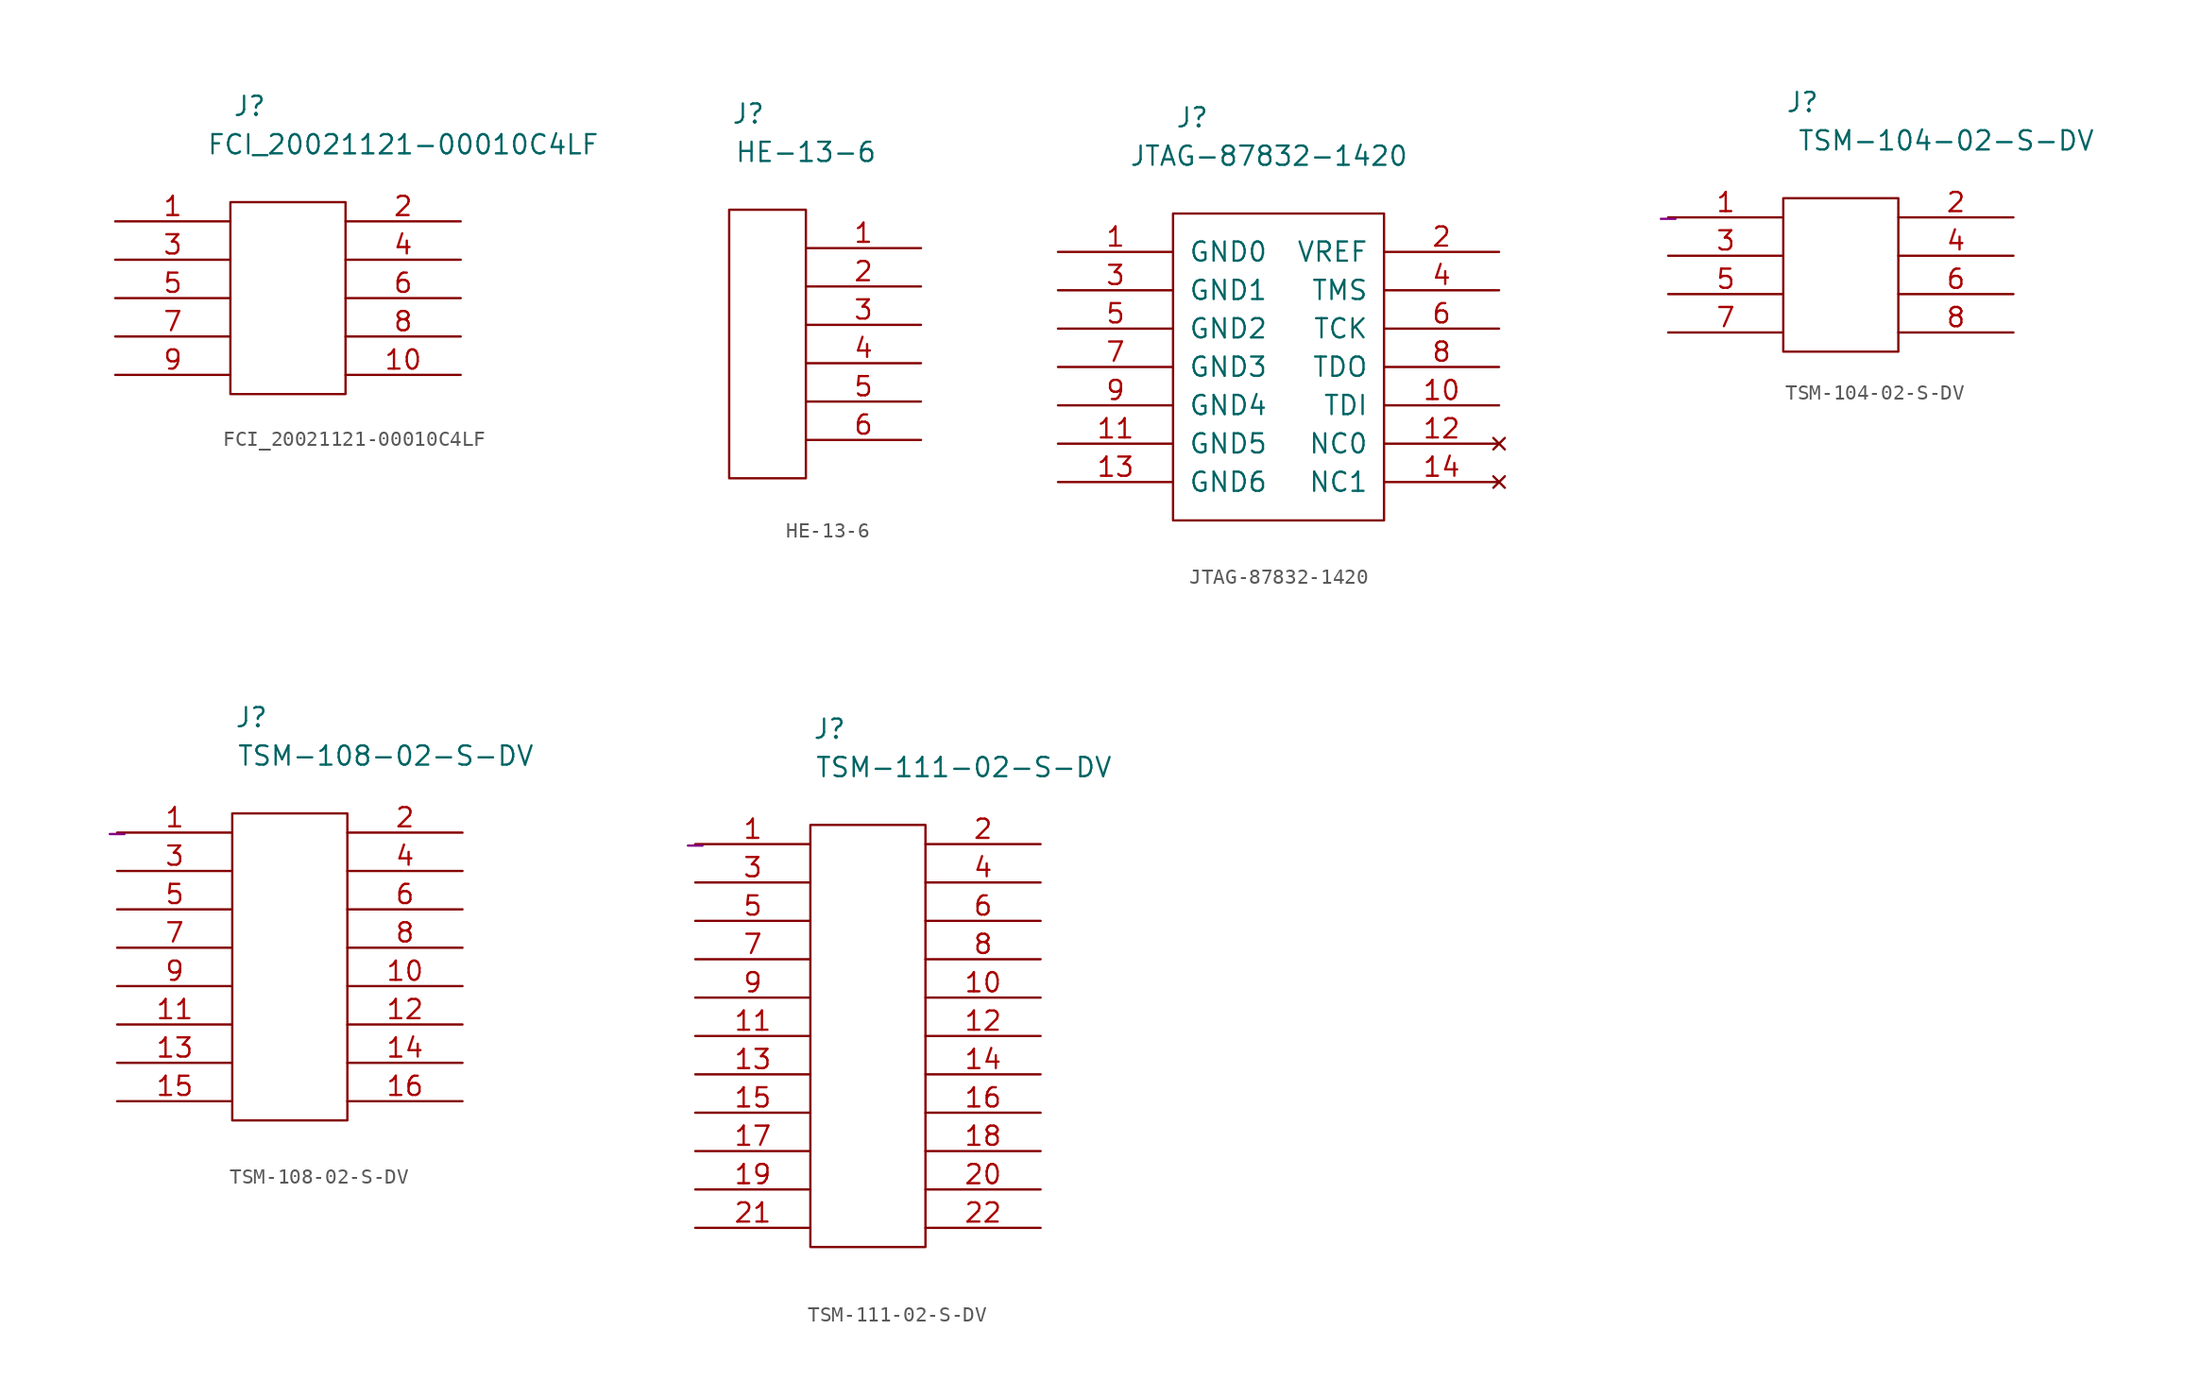
<source format=kicad_sym>
(kicad_symbol_lib
  (version 20220914)
  (generator kicad_symbol_editor)
  (symbol "FCI_20021121-00010C4LF"
    (pin_names
      (offset 1.016) hide)
    (property "Reference" "J"
      (at 8.89 7.62 0)
      (effects (font (size 1.27 1.27))))
    (property "Value" "FCI_20021121-00010C4LF"
      (at 19.05 5.08 0)
      (effects (font (size 1.27 1.27))))
    (property "Datasheet" ""
      (at 0 0 0)
      (effects (font (size 1.27 1.27))))
    (property "Height" ""
      (at 0 0 0)
      (effects (font (size 1.27 1.27))))
    (symbol "FCI_20021121-00010C4LF_0_1"
      (rectangle (start 7.62 1.27) (end 15.24 -11.43) (stroke (width 0) (type default)) (fill (type none))))
    (symbol "FCI_20021121-00010C4LF_1_1"
      (pin passive line (at 0 0 0) (length 7.62) (name "1" (effects (font (size 1.27 1.27)))) (number "1" (effects (font (size 1.27 1.27)))))
      (pin passive line (at 22.86 -10.16 180) (length 7.62) (name "10" (effects (font (size 1.27 1.27)))) (number "10" (effects (font (size 1.27 1.27)))))
      (pin passive line (at 22.86 0 180) (length 7.62) (name "2" (effects (font (size 1.27 1.27)))) (number "2" (effects (font (size 1.27 1.27)))))
      (pin passive line (at 0 -2.54 0) (length 7.62) (name "3" (effects (font (size 1.27 1.27)))) (number "3" (effects (font (size 1.27 1.27)))))
      (pin passive line (at 22.86 -2.54 180) (length 7.62) (name "4" (effects (font (size 1.27 1.27)))) (number "4" (effects (font (size 1.27 1.27)))))
      (pin passive line (at 0 -5.08 0) (length 7.62) (name "5" (effects (font (size 1.27 1.27)))) (number "5" (effects (font (size 1.27 1.27)))))
      (pin passive line (at 22.86 -5.08 180) (length 7.62) (name "6" (effects (font (size 1.27 1.27)))) (number "6" (effects (font (size 1.27 1.27)))))
      (pin passive line (at 0 -7.62 0) (length 7.62) (name "7" (effects (font (size 1.27 1.27)))) (number "7" (effects (font (size 1.27 1.27)))))
      (pin passive line (at 22.86 -7.62 180) (length 7.62) (name "8" (effects (font (size 1.27 1.27)))) (number "8" (effects (font (size 1.27 1.27)))))
      (pin passive line (at 0 -10.16 0) (length 7.62) (name "9" (effects (font (size 1.27 1.27)))) (number "9" (effects (font (size 1.27 1.27)))))))
  (symbol "HE-13-6"
    (pin_names
      (offset 1.016) hide)
    (property "Reference" "J"
      (at -11.43 8.89 0)
      (effects (font (size 1.27 1.27))))
    (property "Value" "HE-13-6"
      (at -7.62 6.35 0)
      (effects (font (size 1.27 1.27))))
    (property "Datasheet" ""
      (at 0 0 0)
      (effects (font (size 1.27 1.27))))
    (property "Height" ""
      (at 0 0 0)
      (effects (font (size 1.27 1.27))))
    (symbol "HE-13-6_0_1"
      (rectangle (start -7.62 2.54) (end -12.7 -15.24) (stroke (width 0) (type default)) (fill (type none))))
    (symbol "HE-13-6_1_1"
      (pin passive line (at 0 0 180) (length 7.62) (name "1" (effects (font (size 1.27 1.27)))) (number "1" (effects (font (size 1.27 1.27)))))
      (pin passive line (at 0 -2.54 180) (length 7.62) (name "2" (effects (font (size 1.27 1.27)))) (number "2" (effects (font (size 1.27 1.27)))))
      (pin passive line (at 0 -5.08 180) (length 7.62) (name "3" (effects (font (size 1.27 1.27)))) (number "3" (effects (font (size 1.27 1.27)))))
      (pin passive line (at 0 -7.62 180) (length 7.62) (name "4" (effects (font (size 1.27 1.27)))) (number "4" (effects (font (size 1.27 1.27)))))
      (pin passive line (at 0 -10.16 180) (length 7.62) (name "5" (effects (font (size 1.27 1.27)))) (number "5" (effects (font (size 1.27 1.27)))))
      (pin passive line (at 0 -12.7 180) (length 7.62) (name "6" (effects (font (size 1.27 1.27)))) (number "6" (effects (font (size 1.27 1.27)))))))
  (symbol "JTAG-87832-1420"
    (pin_names
      (offset 1.016))
    (property "Reference" "J"
      (at 8.89 8.89 0)
      (effects (font (size 1.27 1.27))))
    (property "Value" "JTAG-87832-1420"
      (at 13.97 6.35 0)
      (effects (font (size 1.27 1.27))))
    (property "Datasheet" ""
      (at 0 0 0)
      (effects (font (size 1.27 1.27))))
    (property "Height" ""
      (at 0 0 0)
      (effects (font (size 1.27 1.27))))
    (symbol "JTAG-87832-1420_0_1"
      (rectangle (start 7.62 2.54) (end 21.59 -17.78) (stroke (width 0) (type default)) (fill (type none))))
    (symbol "JTAG-87832-1420_1_1"
      (pin power_in line (at 0 0 0) (length 7.62) (name "GND0" (effects (font (size 1.27 1.27)))) (number "1" (effects (font (size 1.27 1.27)))))
      (pin output line (at 29.21 -10.16 180) (length 7.62) (name "TDI" (effects (font (size 1.27 1.27)))) (number "10" (effects (font (size 1.27 1.27)))))
      (pin power_in line (at 0 -12.7 0) (length 7.62) (name "GND5" (effects (font (size 1.27 1.27)))) (number "11" (effects (font (size 1.27 1.27)))))
      (pin no_connect line (at 29.21 -12.7 180) (length 7.62) (name "NC0" (effects (font (size 1.27 1.27)))) (number "12" (effects (font (size 1.27 1.27)))))
      (pin power_in line (at 0 -15.24 0) (length 7.62) (name "GND6" (effects (font (size 1.27 1.27)))) (number "13" (effects (font (size 1.27 1.27)))))
      (pin no_connect line (at 29.21 -15.24 180) (length 7.62) (name "NC1" (effects (font (size 1.27 1.27)))) (number "14" (effects (font (size 1.27 1.27)))))
      (pin power_in line (at 29.21 0 180) (length 7.62) (name "VREF" (effects (font (size 1.27 1.27)))) (number "2" (effects (font (size 1.27 1.27)))))
      (pin power_in line (at 0 -2.54 0) (length 7.62) (name "GND1" (effects (font (size 1.27 1.27)))) (number "3" (effects (font (size 1.27 1.27)))))
      (pin output line (at 29.21 -2.54 180) (length 7.62) (name "TMS" (effects (font (size 1.27 1.27)))) (number "4" (effects (font (size 1.27 1.27)))))
      (pin power_in line (at 0 -5.08 0) (length 7.62) (name "GND2" (effects (font (size 1.27 1.27)))) (number "5" (effects (font (size 1.27 1.27)))))
      (pin output line (at 29.21 -5.08 180) (length 7.62) (name "TCK" (effects (font (size 1.27 1.27)))) (number "6" (effects (font (size 1.27 1.27)))))
      (pin power_in line (at 0 -7.62 0) (length 7.62) (name "GND3" (effects (font (size 1.27 1.27)))) (number "7" (effects (font (size 1.27 1.27)))))
      (pin input line (at 29.21 -7.62 180) (length 7.62) (name "TDO" (effects (font (size 1.27 1.27)))) (number "8" (effects (font (size 1.27 1.27)))))
      (pin power_in line (at 0 -10.16 0) (length 7.62) (name "GND4" (effects (font (size 1.27 1.27)))) (number "9" (effects (font (size 1.27 1.27)))))))
  (symbol "TSM-104-02-S-DV"
    (pin_names
      (offset 1.016) hide)
    (property "Reference" "J"
      (at 8.89 7.62 0)
      (effects (font (size 1.27 1.27))))
    (property "Value" "TSM-104-02-S-DV"
      (at 18.415 5.08 0)
      (effects (font (size 1.27 1.27))))
    (property "Datasheet" ""
      (at 0 0 0)
      (effects (font (size 1.27 1.27))))
    (property "Desc1" "-"
      (at 0 0 0)
      (effects (font (size 1.27 1.27))))
    (symbol "TSM-104-02-S-DV_0_1"
      (rectangle (start 7.62 1.27) (end 15.24 -8.89) (stroke (width 0) (type default)) (fill (type none))))
    (symbol "TSM-104-02-S-DV_1_1"
      (pin passive line (at 0 0 0) (length 7.62) (name "1" (effects (font (size 1.27 1.27)))) (number "1" (effects (font (size 1.27 1.27)))))
      (pin passive line (at 22.86 0 180) (length 7.62) (name "2" (effects (font (size 1.27 1.27)))) (number "2" (effects (font (size 1.27 1.27)))))
      (pin passive line (at 0 -2.54 0) (length 7.62) (name "3" (effects (font (size 1.27 1.27)))) (number "3" (effects (font (size 1.27 1.27)))))
      (pin passive line (at 22.86 -2.54 180) (length 7.62) (name "4" (effects (font (size 1.27 1.27)))) (number "4" (effects (font (size 1.27 1.27)))))
      (pin passive line (at 0 -5.08 0) (length 7.62) (name "5" (effects (font (size 1.27 1.27)))) (number "5" (effects (font (size 1.27 1.27)))))
      (pin passive line (at 22.86 -5.08 180) (length 7.62) (name "6" (effects (font (size 1.27 1.27)))) (number "6" (effects (font (size 1.27 1.27)))))
      (pin passive line (at 0 -7.62 0) (length 7.62) (name "7" (effects (font (size 1.27 1.27)))) (number "7" (effects (font (size 1.27 1.27)))))
      (pin passive line (at 22.86 -7.62 180) (length 7.62) (name "8" (effects (font (size 1.27 1.27)))) (number "8" (effects (font (size 1.27 1.27)))))))
  (symbol "TSM-108-02-S-DV"
    (pin_names
      (offset 1.016) hide)
    (property "Reference" "J"
      (at 8.89 7.62 0)
      (effects (font (size 1.27 1.27))))
    (property "Value" "TSM-108-02-S-DV"
      (at 17.78 5.08 0)
      (effects (font (size 1.27 1.27))))
    (property "Datasheet" ""
      (at 0 0 0)
      (effects (font (size 1.27 1.27))))
    (property "Desc1" "-"
      (at 0 0 0)
      (effects (font (size 1.27 1.27))))
    (symbol "TSM-108-02-S-DV_0_1"
      (rectangle (start 7.62 1.27) (end 15.24 -19.05) (stroke (width 0) (type default)) (fill (type none))))
    (symbol "TSM-108-02-S-DV_1_1"
      (pin passive line (at 0 0 0) (length 7.62) (name "1" (effects (font (size 1.27 1.27)))) (number "1" (effects (font (size 1.27 1.27)))))
      (pin passive line (at 22.86 -10.16 180) (length 7.62) (name "10" (effects (font (size 1.27 1.27)))) (number "10" (effects (font (size 1.27 1.27)))))
      (pin passive line (at 0 -12.7 0) (length 7.62) (name "11" (effects (font (size 1.27 1.27)))) (number "11" (effects (font (size 1.27 1.27)))))
      (pin passive line (at 22.86 -12.7 180) (length 7.62) (name "12" (effects (font (size 1.27 1.27)))) (number "12" (effects (font (size 1.27 1.27)))))
      (pin passive line (at 0 -15.24 0) (length 7.62) (name "13" (effects (font (size 1.27 1.27)))) (number "13" (effects (font (size 1.27 1.27)))))
      (pin passive line (at 22.86 -15.24 180) (length 7.62) (name "14" (effects (font (size 1.27 1.27)))) (number "14" (effects (font (size 1.27 1.27)))))
      (pin passive line (at 0 -17.78 0) (length 7.62) (name "15" (effects (font (size 1.27 1.27)))) (number "15" (effects (font (size 1.27 1.27)))))
      (pin passive line (at 22.86 -17.78 180) (length 7.62) (name "16" (effects (font (size 1.27 1.27)))) (number "16" (effects (font (size 1.27 1.27)))))
      (pin passive line (at 22.86 0 180) (length 7.62) (name "2" (effects (font (size 1.27 1.27)))) (number "2" (effects (font (size 1.27 1.27)))))
      (pin passive line (at 0 -2.54 0) (length 7.62) (name "3" (effects (font (size 1.27 1.27)))) (number "3" (effects (font (size 1.27 1.27)))))
      (pin passive line (at 22.86 -2.54 180) (length 7.62) (name "4" (effects (font (size 1.27 1.27)))) (number "4" (effects (font (size 1.27 1.27)))))
      (pin passive line (at 0 -5.08 0) (length 7.62) (name "5" (effects (font (size 1.27 1.27)))) (number "5" (effects (font (size 1.27 1.27)))))
      (pin passive line (at 22.86 -5.08 180) (length 7.62) (name "6" (effects (font (size 1.27 1.27)))) (number "6" (effects (font (size 1.27 1.27)))))
      (pin passive line (at 0 -7.62 0) (length 7.62) (name "7" (effects (font (size 1.27 1.27)))) (number "7" (effects (font (size 1.27 1.27)))))
      (pin passive line (at 22.86 -7.62 180) (length 7.62) (name "8" (effects (font (size 1.27 1.27)))) (number "8" (effects (font (size 1.27 1.27)))))
      (pin passive line (at 0 -10.16 0) (length 7.62) (name "9" (effects (font (size 1.27 1.27)))) (number "9" (effects (font (size 1.27 1.27)))))))
  (symbol "TSM-111-02-S-DV"
    (pin_names
      (offset 1.016) hide)
    (property "Reference" "J"
      (at 8.89 7.62 0)
      (effects (font (size 1.27 1.27))))
    (property "Value" "TSM-111-02-S-DV"
      (at 17.78 5.08 0)
      (effects (font (size 1.27 1.27))))
    (property "Datasheet" ""
      (at 0 0 0)
      (effects (font (size 1.27 1.27))))
    (property "Desc1" "-"
      (at 0 0 0)
      (effects (font (size 1.27 1.27))))
    (symbol "TSM-111-02-S-DV_0_1"
      (rectangle (start 7.62 1.27) (end 15.24 -26.67) (stroke (width 0) (type default)) (fill (type none))))
    (symbol "TSM-111-02-S-DV_1_1"
      (pin passive line (at 0 0 0) (length 7.62) (name "1" (effects (font (size 1.27 1.27)))) (number "1" (effects (font (size 1.27 1.27)))))
      (pin passive line (at 22.86 -10.16 180) (length 7.62) (name "10" (effects (font (size 1.27 1.27)))) (number "10" (effects (font (size 1.27 1.27)))))
      (pin passive line (at 0 -12.7 0) (length 7.62) (name "11" (effects (font (size 1.27 1.27)))) (number "11" (effects (font (size 1.27 1.27)))))
      (pin passive line (at 22.86 -12.7 180) (length 7.62) (name "12" (effects (font (size 1.27 1.27)))) (number "12" (effects (font (size 1.27 1.27)))))
      (pin passive line (at 0 -15.24 0) (length 7.62) (name "13" (effects (font (size 1.27 1.27)))) (number "13" (effects (font (size 1.27 1.27)))))
      (pin passive line (at 22.86 -15.24 180) (length 7.62) (name "14" (effects (font (size 1.27 1.27)))) (number "14" (effects (font (size 1.27 1.27)))))
      (pin passive line (at 0 -17.78 0) (length 7.62) (name "15" (effects (font (size 1.27 1.27)))) (number "15" (effects (font (size 1.27 1.27)))))
      (pin passive line (at 22.86 -17.78 180) (length 7.62) (name "16" (effects (font (size 1.27 1.27)))) (number "16" (effects (font (size 1.27 1.27)))))
      (pin passive line (at 0 -20.32 0) (length 7.62) (name "17" (effects (font (size 1.27 1.27)))) (number "17" (effects (font (size 1.27 1.27)))))
      (pin passive line (at 22.86 -20.32 180) (length 7.62) (name "18" (effects (font (size 1.27 1.27)))) (number "18" (effects (font (size 1.27 1.27)))))
      (pin passive line (at 0 -22.86 0) (length 7.62) (name "19" (effects (font (size 1.27 1.27)))) (number "19" (effects (font (size 1.27 1.27)))))
      (pin passive line (at 22.86 0 180) (length 7.62) (name "2" (effects (font (size 1.27 1.27)))) (number "2" (effects (font (size 1.27 1.27)))))
      (pin passive line (at 22.86 -22.86 180) (length 7.62) (name "20" (effects (font (size 1.27 1.27)))) (number "20" (effects (font (size 1.27 1.27)))))
      (pin passive line (at 0 -25.4 0) (length 7.62) (name "21" (effects (font (size 1.27 1.27)))) (number "21" (effects (font (size 1.27 1.27)))))
      (pin passive line (at 22.86 -25.4 180) (length 7.62) (name "22" (effects (font (size 1.27 1.27)))) (number "22" (effects (font (size 1.27 1.27)))))
      (pin passive line (at 0 -2.54 0) (length 7.62) (name "3" (effects (font (size 1.27 1.27)))) (number "3" (effects (font (size 1.27 1.27)))))
      (pin passive line (at 22.86 -2.54 180) (length 7.62) (name "4" (effects (font (size 1.27 1.27)))) (number "4" (effects (font (size 1.27 1.27)))))
      (pin passive line (at 0 -5.08 0) (length 7.62) (name "5" (effects (font (size 1.27 1.27)))) (number "5" (effects (font (size 1.27 1.27)))))
      (pin passive line (at 22.86 -5.08 180) (length 7.62) (name "6" (effects (font (size 1.27 1.27)))) (number "6" (effects (font (size 1.27 1.27)))))
      (pin passive line (at 0 -7.62 0) (length 7.62) (name "7" (effects (font (size 1.27 1.27)))) (number "7" (effects (font (size 1.27 1.27)))))
      (pin passive line (at 22.86 -7.62 180) (length 7.62) (name "8" (effects (font (size 1.27 1.27)))) (number "8" (effects (font (size 1.27 1.27)))))
      (pin passive line (at 0 -10.16 0) (length 7.62) (name "9" (effects (font (size 1.27 1.27)))) (number "9" (effects (font (size 1.27 1.27))))))))
</source>
